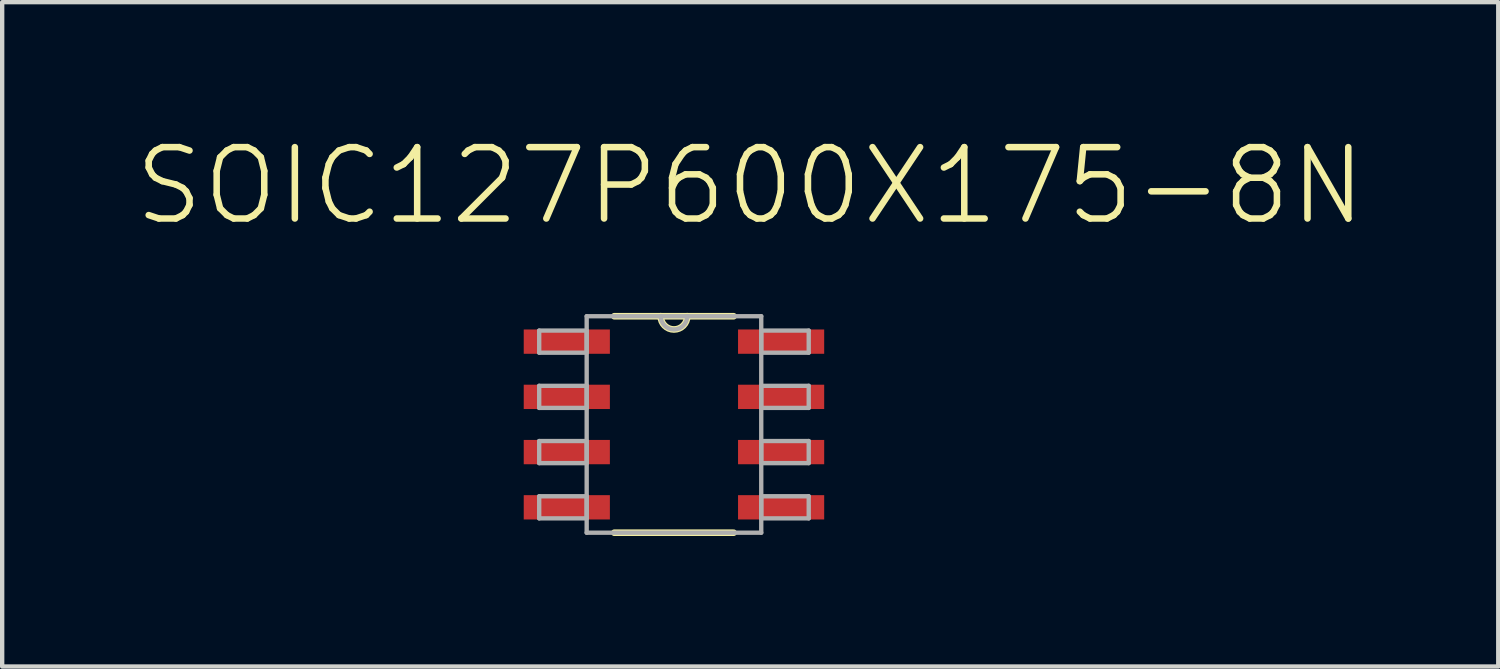
<source format=kicad_pcb>
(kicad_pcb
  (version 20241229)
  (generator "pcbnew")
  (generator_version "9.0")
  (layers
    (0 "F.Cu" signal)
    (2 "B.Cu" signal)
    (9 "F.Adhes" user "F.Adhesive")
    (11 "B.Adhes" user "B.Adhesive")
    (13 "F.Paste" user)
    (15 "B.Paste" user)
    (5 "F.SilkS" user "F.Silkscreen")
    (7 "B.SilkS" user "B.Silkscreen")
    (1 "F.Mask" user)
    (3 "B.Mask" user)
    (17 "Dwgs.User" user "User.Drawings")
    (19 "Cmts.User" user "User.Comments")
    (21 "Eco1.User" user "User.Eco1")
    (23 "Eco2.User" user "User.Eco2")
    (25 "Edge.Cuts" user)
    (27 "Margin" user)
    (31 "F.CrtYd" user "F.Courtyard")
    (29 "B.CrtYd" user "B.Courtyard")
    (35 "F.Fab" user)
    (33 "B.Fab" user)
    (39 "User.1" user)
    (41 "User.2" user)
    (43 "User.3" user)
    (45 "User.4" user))
  (footprint "SOIC127P600X175-8N"
    (layer "F.Cu")
    (at 12.448 6.711)
    (property "Reference" "SOIC127P600X175-8N" (at 1.753 -5.488 0) (layer "F.SilkS") (effects (font (size 1.641 1.641) (thickness 0.15))))
    (attr smd)
    (fp_line (start -1.372 2.489) (end 1.372 2.489) (stroke (width 0.152) (type solid)) (layer "F.SilkS"))
    (fp_line (start -0.305 -2.489) (end -1.372 -2.489) (stroke (width 0.152) (type solid)) (layer "F.SilkS"))
    (fp_line (start 0.305 -2.489) (end -0.305 -2.489) (stroke (width 0.152) (type solid)) (layer "F.SilkS"))
    (fp_line (start 1.372 -2.489) (end 0.305 -2.489) (stroke (width 0.152) (type solid)) (layer "F.SilkS"))
    (fp_arc (start 0.3048 -2.4892) (mid 0 -2.1844) (end -0.3048 -2.4892) (stroke (width 0.1524) (type solid)) (layer "F.SilkS"))
    (fp_line (start -3.099 -2.159) (end -3.099 -1.651) (stroke (width 0.1) (type solid)) (layer "F.Fab"))
    (fp_line (start -3.099 -1.651) (end -2.007 -1.651) (stroke (width 0.1) (type solid)) (layer "F.Fab"))
    (fp_line (start -3.099 -0.889) (end -3.099 -0.381) (stroke (width 0.1) (type solid)) (layer "F.Fab"))
    (fp_line (start -3.099 -0.381) (end -2.007 -0.381) (stroke (width 0.1) (type solid)) (layer "F.Fab"))
    (fp_line (start -3.099 0.381) (end -3.099 0.889) (stroke (width 0.1) (type solid)) (layer "F.Fab"))
    (fp_line (start -3.099 0.889) (end -2.007 0.889) (stroke (width 0.1) (type solid)) (layer "F.Fab"))
    (fp_line (start -3.099 1.651) (end -3.099 2.159) (stroke (width 0.1) (type solid)) (layer "F.Fab"))
    (fp_line (start -3.099 2.159) (end -2.007 2.159) (stroke (width 0.1) (type solid)) (layer "F.Fab"))
    (fp_line (start -2.007 -2.489) (end -2.007 2.489) (stroke (width 0.1) (type solid)) (layer "F.Fab"))
    (fp_line (start -2.007 -2.159) (end -3.099 -2.159) (stroke (width 0.1) (type solid)) (layer "F.Fab"))
    (fp_line (start -2.007 -1.651) (end -2.007 -2.159) (stroke (width 0.1) (type solid)) (layer "F.Fab"))
    (fp_line (start -2.007 -0.889) (end -3.099 -0.889) (stroke (width 0.1) (type solid)) (layer "F.Fab"))
    (fp_line (start -2.007 -0.381) (end -2.007 -0.889) (stroke (width 0.1) (type solid)) (layer "F.Fab"))
    (fp_line (start -2.007 0.381) (end -3.099 0.381) (stroke (width 0.1) (type solid)) (layer "F.Fab"))
    (fp_line (start -2.007 0.889) (end -2.007 0.381) (stroke (width 0.1) (type solid)) (layer "F.Fab"))
    (fp_line (start -2.007 1.651) (end -3.099 1.651) (stroke (width 0.1) (type solid)) (layer "F.Fab"))
    (fp_line (start -2.007 2.159) (end -2.007 1.651) (stroke (width 0.1) (type solid)) (layer "F.Fab"))
    (fp_line (start -2.007 2.489) (end 2.007 2.489) (stroke (width 0.1) (type solid)) (layer "F.Fab"))
    (fp_line (start -0.305 -2.489) (end -2.007 -2.489) (stroke (width 0.1) (type solid)) (layer "F.Fab"))
    (fp_line (start 0.305 -2.489) (end -0.305 -2.489) (stroke (width 0.1) (type solid)) (layer "F.Fab"))
    (fp_line (start 2.007 -2.489) (end 0.305 -2.489) (stroke (width 0.1) (type solid)) (layer "F.Fab"))
    (fp_line (start 2.007 -2.159) (end 2.007 -1.651) (stroke (width 0.1) (type solid)) (layer "F.Fab"))
    (fp_line (start 2.007 -1.651) (end 3.099 -1.651) (stroke (width 0.1) (type solid)) (layer "F.Fab"))
    (fp_line (start 2.007 -0.889) (end 2.007 -0.381) (stroke (width 0.1) (type solid)) (layer "F.Fab"))
    (fp_line (start 2.007 -0.381) (end 3.099 -0.381) (stroke (width 0.1) (type solid)) (layer "F.Fab"))
    (fp_line (start 2.007 0.381) (end 2.007 0.889) (stroke (width 0.1) (type solid)) (layer "F.Fab"))
    (fp_line (start 2.007 0.889) (end 3.099 0.889) (stroke (width 0.1) (type solid)) (layer "F.Fab"))
    (fp_line (start 2.007 1.651) (end 2.007 2.159) (stroke (width 0.1) (type solid)) (layer "F.Fab"))
    (fp_line (start 2.007 2.159) (end 3.099 2.159) (stroke (width 0.1) (type solid)) (layer "F.Fab"))
    (fp_line (start 2.007 2.489) (end 2.007 -2.489) (stroke (width 0.1) (type solid)) (layer "F.Fab"))
    (fp_line (start 3.099 -2.159) (end 2.007 -2.159) (stroke (width 0.1) (type solid)) (layer "F.Fab"))
    (fp_line (start 3.099 -1.651) (end 3.099 -2.159) (stroke (width 0.1) (type solid)) (layer "F.Fab"))
    (fp_line (start 3.099 -0.889) (end 2.007 -0.889) (stroke (width 0.1) (type solid)) (layer "F.Fab"))
    (fp_line (start 3.099 -0.381) (end 3.099 -0.889) (stroke (width 0.1) (type solid)) (layer "F.Fab"))
    (fp_line (start 3.099 0.381) (end 2.007 0.381) (stroke (width 0.1) (type solid)) (layer "F.Fab"))
    (fp_line (start 3.099 0.889) (end 3.099 0.381) (stroke (width 0.1) (type solid)) (layer "F.Fab"))
    (fp_line (start 3.099 1.651) (end 2.007 1.651) (stroke (width 0.1) (type solid)) (layer "F.Fab"))
    (fp_line (start 3.099 2.159) (end 3.099 1.651) (stroke (width 0.1) (type solid)) (layer "F.Fab"))
    (fp_arc (start 0.3048 -2.4892) (mid 0 -2.1844) (end -0.3048 -2.4892) (stroke (width 0.1) (type solid)) (layer "F.Fab"))
    (pad "1" smd rect (at -2.464 -1.905) (size 1.981 0.559) (layers "F.Cu" "F.Mask" "F.Paste"))
    (pad "2" smd rect (at -2.464 -0.635) (size 1.981 0.559) (layers "F.Cu" "F.Mask" "F.Paste"))
    (pad "3" smd rect (at -2.464 0.635) (size 1.981 0.559) (layers "F.Cu" "F.Mask" "F.Paste"))
    (pad "4" smd rect (at -2.464 1.905) (size 1.981 0.559) (layers "F.Cu" "F.Mask" "F.Paste"))
    (pad "5" smd rect (at 2.464 1.905) (size 1.981 0.559) (layers "F.Cu" "F.Mask" "F.Paste"))
    (pad "6" smd rect (at 2.464 0.635) (size 1.981 0.559) (layers "F.Cu" "F.Mask" "F.Paste"))
    (pad "7" smd rect (at 2.464 -0.635) (size 1.981 0.559) (layers "F.Cu" "F.Mask" "F.Paste"))
    (pad "8" smd rect (at 2.464 -1.905) (size 1.981 0.559) (layers "F.Cu" "F.Mask" "F.Paste")))
  (gr_rect
    (start -3 -3)
    (end 31.403 12.277)
    (stroke (width 0.1) (type default))
    (fill no)
    (layer "Edge.Cuts")))
</source>
